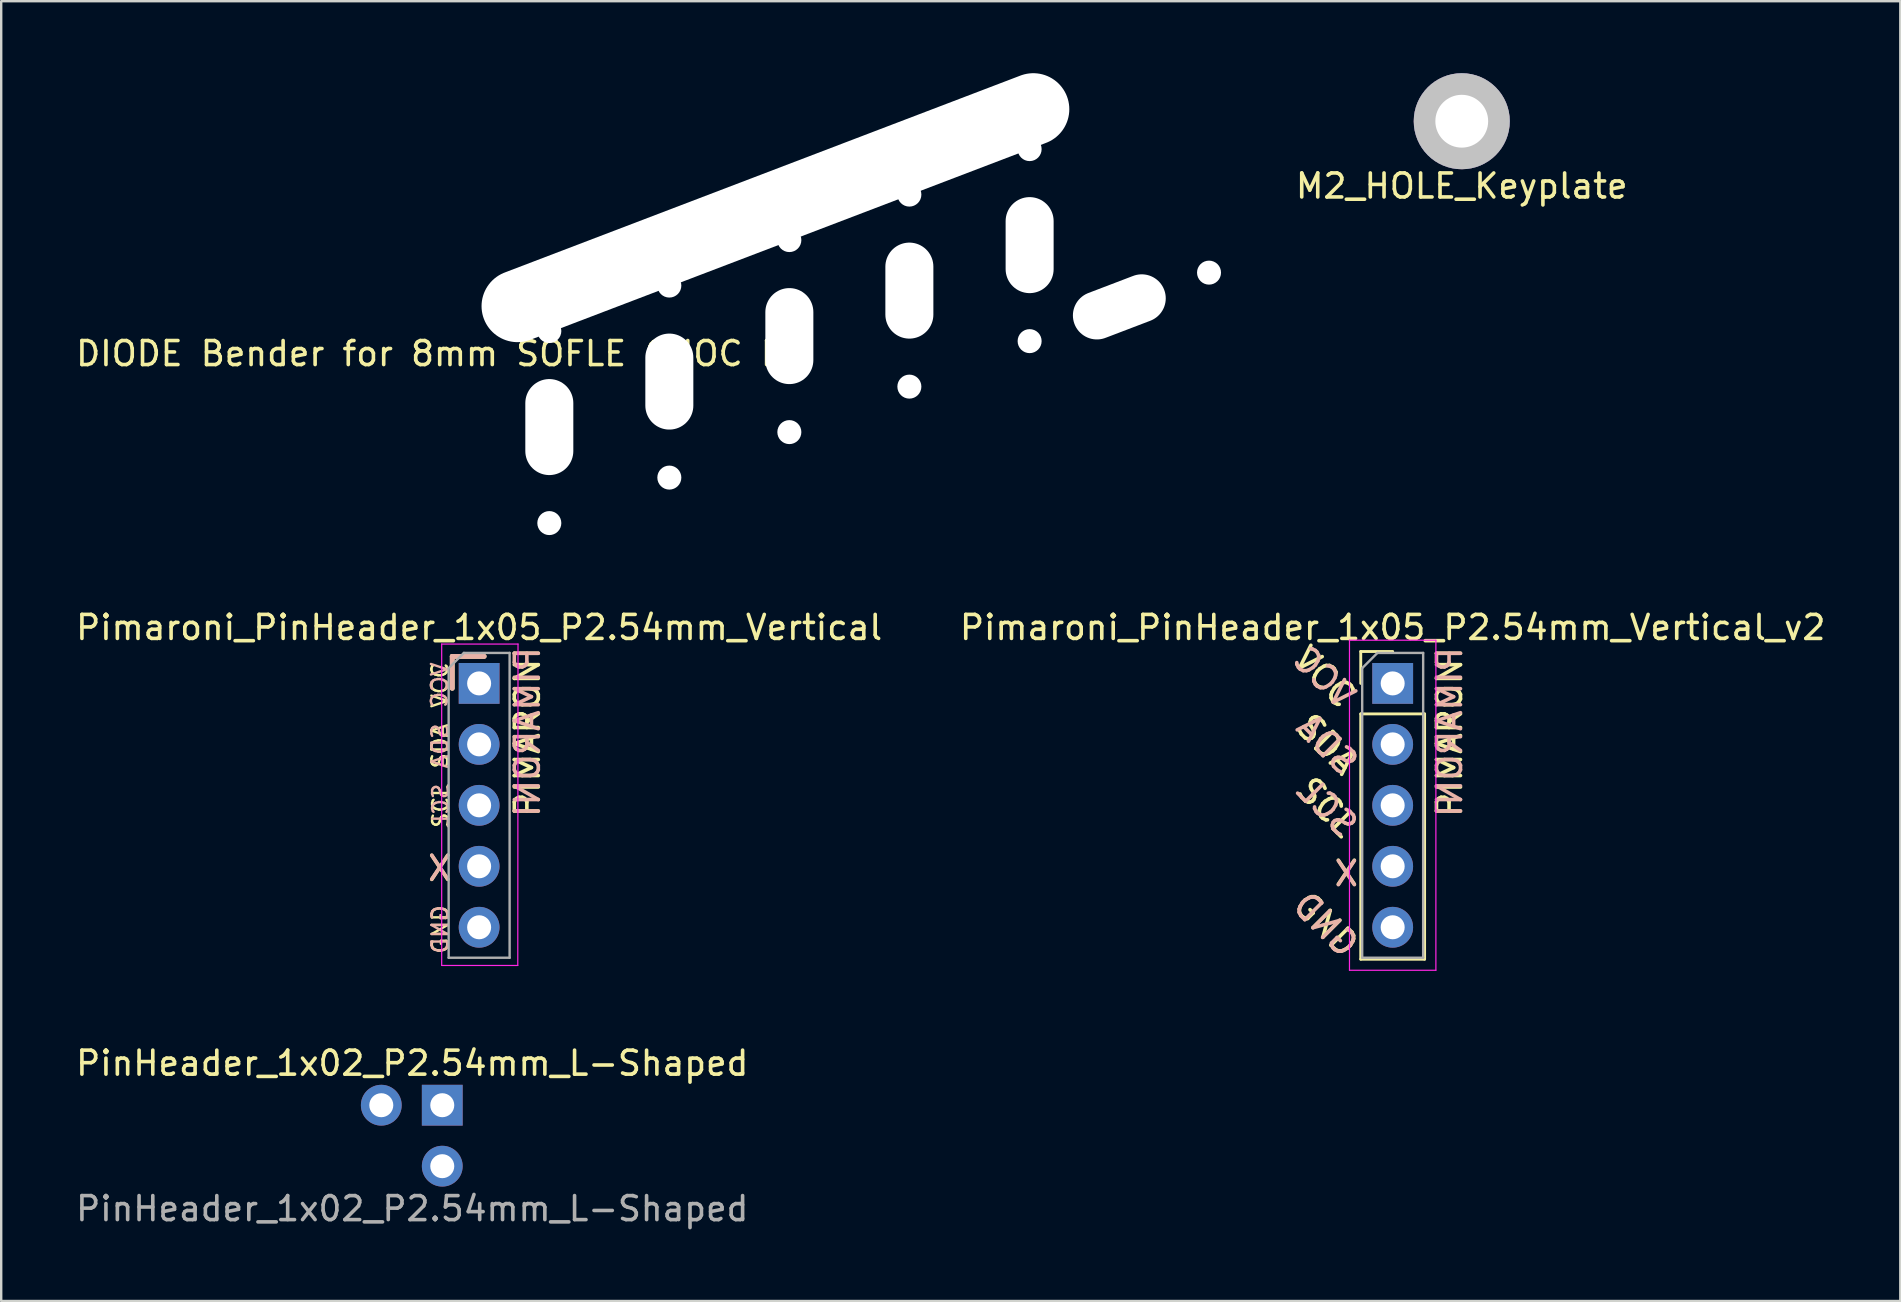
<source format=kicad_pcb>
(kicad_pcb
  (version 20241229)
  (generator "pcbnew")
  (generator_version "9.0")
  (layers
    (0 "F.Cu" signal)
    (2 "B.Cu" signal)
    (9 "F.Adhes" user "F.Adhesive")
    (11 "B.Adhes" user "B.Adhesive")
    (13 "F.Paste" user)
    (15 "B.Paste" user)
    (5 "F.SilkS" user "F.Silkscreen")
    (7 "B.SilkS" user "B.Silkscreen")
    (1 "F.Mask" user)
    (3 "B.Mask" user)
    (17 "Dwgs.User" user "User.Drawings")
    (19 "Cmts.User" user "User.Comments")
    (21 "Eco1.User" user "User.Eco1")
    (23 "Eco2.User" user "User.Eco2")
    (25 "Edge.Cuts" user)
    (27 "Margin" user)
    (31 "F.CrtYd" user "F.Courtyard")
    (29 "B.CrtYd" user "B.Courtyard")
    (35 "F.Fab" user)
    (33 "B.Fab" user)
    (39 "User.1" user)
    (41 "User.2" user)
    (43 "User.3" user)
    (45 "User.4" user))
  (footprint "DIODE Bender for 8mm SOFLE CHOC MX"
    (layer "F.Cu")
    (at 19.835 14.742)
    (property "Reference" "DIODE Bender for 8mm SOFLE CHOC MX" (at -4.4 -3.06 0) (layer "F.SilkS") (effects (font (size 1 1) (thickness 0.15))))
    (attr through_hole)
    (pad "" np_thru_hole circle (at 0 -4 90) (size 1 1) (drill 1) (layers "*.Cu" "*.Mask"))
    (pad "" np_thru_hole oval (at 0 0 90) (size 4 2) (drill oval 4 2) (layers "*.Cu" "*.Mask"))
    (pad "" np_thru_hole circle (at 0 4 90) (size 1 1) (drill 1) (layers "*.Cu" "*.Mask"))
    (pad "" np_thru_hole circle (at 5 -5.895 90) (size 1 1) (drill 1) (layers "*.Cu" "*.Mask"))
    (pad "" np_thru_hole oval (at 5 -1.895 90) (size 4 2) (drill oval 4 2) (layers "*.Cu" "*.Mask"))
    (pad "" np_thru_hole circle (at 5 2.105 90) (size 1 1) (drill 1) (layers "*.Cu" "*.Mask"))
    (pad "" np_thru_hole oval (at 9.42 -9.14 20.9) (size 26 3) (drill oval 26 3) (layers "*.Cu" "*.Mask"))
    (pad "" np_thru_hole circle (at 10 -7.79 90) (size 1 1) (drill 1) (layers "*.Cu" "*.Mask"))
    (pad "" np_thru_hole oval (at 10 -3.79 90) (size 4 2) (drill oval 4 2) (layers "*.Cu" "*.Mask"))
    (pad "" np_thru_hole circle (at 10 0.21 90) (size 1 1) (drill 1) (layers "*.Cu" "*.Mask"))
    (pad "" np_thru_hole circle (at 15 -9.685 90) (size 1 1) (drill 1) (layers "*.Cu" "*.Mask"))
    (pad "" np_thru_hole oval (at 15 -5.685 90) (size 4 2) (drill oval 4 2) (layers "*.Cu" "*.Mask"))
    (pad "" np_thru_hole circle (at 15 -1.685 90) (size 1 1) (drill 1) (layers "*.Cu" "*.Mask"))
    (pad "" np_thru_hole circle (at 20.01 -11.58 90) (size 1 1) (drill 1) (layers "*.Cu" "*.Mask"))
    (pad "" np_thru_hole oval (at 20.01 -7.58 90) (size 4 2) (drill oval 4 2) (layers "*.Cu" "*.Mask"))
    (pad "" np_thru_hole circle (at 20.01 -3.58 90) (size 1 1) (drill 1) (layers "*.Cu" "*.Mask"))
    (pad "" np_thru_hole oval (at 23.747 -5.007 200.9) (size 4 2) (drill oval 4 2) (layers "*.Cu" "*.Mask"))
    (pad "" np_thru_hole circle (at 27.484 -6.434 200.9) (size 1 1) (drill 1) (layers "*.Cu" "*.Mask")))
  (footprint "Pimaroni_PinHeader_1x05_P2.54mm_Vertical_v2"
    (layer "F.Cu")
    (at 54.97 25.421)
    (property "Reference" "Pimaroni_PinHeader_1x05_P2.54mm_Vertical_v2" (at 0 -2.33 0) (layer "F.SilkS") (effects (font (size 1 1) (thickness 0.15))))
    (attr through_hole)
    (fp_line (start -1.33 -1.33) (end 0 -1.33) (stroke (width 0.12) (type solid)) (layer "F.SilkS"))
    (fp_line (start -1.33 0) (end -1.33 -1.33) (stroke (width 0.12) (type solid)) (layer "F.SilkS"))
    (fp_line (start -1.33 1.27) (end -1.33 11.49) (stroke (width 0.12) (type solid)) (layer "F.SilkS"))
    (fp_line (start -1.33 1.27) (end 1.33 1.27) (stroke (width 0.12) (type solid)) (layer "F.SilkS"))
    (fp_line (start -1.33 11.49) (end 1.33 11.49) (stroke (width 0.12) (type solid)) (layer "F.SilkS"))
    (fp_line (start 1.33 1.27) (end 1.33 11.49) (stroke (width 0.12) (type solid)) (layer "F.SilkS"))
    (fp_line (start -1.8 -1.8) (end -1.8 11.95) (stroke (width 0.05) (type solid)) (layer "F.CrtYd"))
    (fp_line (start -1.8 11.95) (end 1.8 11.95) (stroke (width 0.05) (type solid)) (layer "F.CrtYd"))
    (fp_line (start 1.8 -1.8) (end -1.8 -1.8) (stroke (width 0.05) (type solid)) (layer "F.CrtYd"))
    (fp_line (start 1.8 -1.8) (end 1.8 11.95) (stroke (width 0.05) (type solid)) (layer "F.CrtYd"))
    (fp_line (start -1.27 -0.635) (end -0.635 -1.27) (stroke (width 0.1) (type solid)) (layer "F.Fab"))
    (fp_line (start -1.27 11.43) (end -1.27 -0.635) (stroke (width 0.1) (type solid)) (layer "F.Fab"))
    (fp_line (start -0.635 -1.27) (end 1.27 -1.27) (stroke (width 0.1) (type solid)) (layer "F.Fab"))
    (fp_line (start 1.27 -1.27) (end 1.27 11.43) (stroke (width 0.1) (type solid)) (layer "F.Fab"))
    (fp_line (start 1.27 11.43) (end -1.27 11.43) (stroke (width 0.1) (type solid)) (layer "F.Fab"))
    (fp_text user "VCC" (at -2.85 -0.26 135) (layer "F.SilkS") (effects (font (size 1 1) (thickness 0.15))))
    (fp_text user "PIMARONI" (at 2.37 2.03 90) (layer "F.SilkS") (effects (font (size 1 1) (thickness 0.15))))
    (fp_text user "SCL" (at -2.73 5.16 135) (layer "F.SilkS") (effects (font (size 1 1) (thickness 0.15))))
    (fp_text user "X" (at -1.93 7.91 0) (layer "F.SilkS") (effects (font (size 1 1) (thickness 0.15))))
    (fp_text user "GND" (at -2.786 10.046 135) (layer "F.SilkS") (effects (font (size 1 1) (thickness 0.15))))
    (fp_text user "SDA" (at -2.73 2.54 135) (layer "F.SilkS") (effects (font (size 1 1) (thickness 0.15))))
    (fp_text user "SCL" (at -2.73 5.16 135) (layer "B.SilkS") (effects (font (size 1 1) (thickness 0.15)) (justify mirror)))
    (fp_text user "PIMARONI" (at 2.37 2.03 270) (layer "B.SilkS") (effects (font (size 1 1) (thickness 0.15)) (justify mirror)))
    (fp_text user "SDA" (at -2.73 2.54 135) (layer "B.SilkS") (effects (font (size 1 1) (thickness 0.15)) (justify mirror)))
    (fp_text user "X" (at -1.93 7.93 0) (layer "B.SilkS") (effects (font (size 1 1) (thickness 0.15)) (justify mirror)))
    (fp_text user "VCC" (at -2.864 -0.246 135) (layer "B.SilkS") (effects (font (size 1 1) (thickness 0.15)) (justify mirror)))
    (fp_text user "GND" (at -2.8 10.06 135) (layer "B.SilkS") (effects (font (size 1 1) (thickness 0.15)) (justify mirror)))
    (pad "1" thru_hole rect (at 0 0) (size 1.7 1.7) (drill 1) (layers "*.Cu" "*.Mask"))
    (pad "2" thru_hole oval (at 0 2.54) (size 1.7 1.7) (drill 1) (layers "*.Cu" "*.Mask"))
    (pad "3" thru_hole oval (at 0 5.08) (size 1.7 1.7) (drill 1) (layers "*.Cu" "*.Mask"))
    (pad "4" thru_hole oval (at 0 7.62) (size 1.7 1.7) (drill 1) (layers "*.Cu" "*.Mask"))
    (pad "5" thru_hole oval (at 0 10.16) (size 1.7 1.7) (drill 1) (layers "*.Cu" "*.Mask")))
  (footprint "PinHeader_1x02_P2.54mm_L-Shaped"
    (layer "F.Cu")
    (at 14.105 44.264)
    (property "Reference" "PinHeader_1x02_P2.54mm_L-Shaped" (at 0.02 -3.02 0) (layer "F.SilkS") (effects (font (size 1 1) (thickness 0.15))))
    (attr through_hole)
    (fp_text user "${REFERENCE}" (at 0.02 3.04 180) (layer "F.Fab") (effects (font (size 1 1) (thickness 0.15))))
    (pad "1" thru_hole rect (at 1.27 -1.27) (size 1.7 1.7) (drill 1) (layers "*.Cu" "*.Mask"))
    (pad "2" thru_hole oval (at -1.27 -1.27) (size 1.7 1.7) (drill 1) (layers "*.Cu" "*.Mask"))
    (pad "2" thru_hole oval (at 1.27 1.27) (size 1.7 1.7) (drill 1) (layers "*.Cu" "*.Mask")))
  (footprint "M2_HOLE_Keyplate"
    (layer "F.Cu")
    (at 57.848 2)
    (property "Reference" "M2_HOLE_Keyplate" (at 0 2.7 0) (layer "F.SilkS") (effects (font (size 1 1) (thickness 0.15))))
    (attr through_hole)
    (pad "" thru_hole circle (at 0 0) (size 4 4) (drill 2.2) (layers "*.Cu" "*.Mask" "Dwgs.User")))
  (footprint "Pimaroni_PinHeader_1x05_P2.54mm_Vertical"
    (layer "F.Cu")
    (at 16.911 25.421)
    (property "Reference" "Pimaroni_PinHeader_1x05_P2.54mm_Vertical" (at 0 -2.33 0) (layer "F.SilkS") (effects (font (size 1 1) (thickness 0.15))))
    (attr through_hole)
    (fp_line (start -1.12 -1.125) (end 0.21 -1.125) (stroke (width 0.2) (type solid)) (layer "F.SilkS"))
    (fp_line (start -1.12 0.205) (end -1.12 -1.125) (stroke (width 0.2) (type solid)) (layer "F.SilkS"))
    (fp_line (start -1.12 -1.125) (end -1.12 0.205) (stroke (width 0.2) (type solid)) (layer "B.SilkS"))
    (fp_line (start 0.21 -1.125) (end -1.12 -1.125) (stroke (width 0.2) (type solid)) (layer "B.SilkS"))
    (fp_line (start -1.56 -1.64) (end -1.56 11.75) (stroke (width 0.05) (type solid)) (layer "F.CrtYd"))
    (fp_line (start -1.56 11.75) (end 1.61 11.75) (stroke (width 0.05) (type solid)) (layer "F.CrtYd"))
    (fp_line (start 1.62 -1.64) (end -1.56 -1.64) (stroke (width 0.05) (type solid)) (layer "F.CrtYd"))
    (fp_line (start 1.62 -1.64) (end 1.61 11.75) (stroke (width 0.05) (type solid)) (layer "F.CrtYd"))
    (fp_line (start -1.27 -0.635) (end -0.635 -1.27) (stroke (width 0.1) (type solid)) (layer "F.Fab"))
    (fp_line (start -1.27 11.43) (end -1.27 -0.635) (stroke (width 0.1) (type solid)) (layer "F.Fab"))
    (fp_line (start -0.635 -1.27) (end 1.27 -1.27) (stroke (width 0.1) (type solid)) (layer "F.Fab"))
    (fp_line (start 1.27 -1.27) (end 1.27 11.43) (stroke (width 0.1) (type solid)) (layer "F.Fab"))
    (fp_line (start 1.27 11.43) (end -1.27 11.43) (stroke (width 0.1) (type solid)) (layer "F.Fab"))
    (fp_text user "SCL" (at -1.6 5.1 90) (layer "F.SilkS") (effects (font (size 0.66 0.66) (thickness 0.1))))
    (fp_text user "X" (at -1.64 7.71 0) (layer "F.SilkS") (effects (font (size 1 1) (thickness 0.15))))
    (fp_text user "PIMARONI" (at 2.01 2.03 90) (layer "F.SilkS") (effects (font (size 1 1) (thickness 0.15))))
    (fp_text user "SDA" (at -1.63 2.61 90) (layer "F.SilkS") (effects (font (size 0.66 0.66) (thickness 0.1))))
    (fp_text user "VCC" (at -1.63 0.07 90) (layer "F.SilkS") (effects (font (size 0.66 0.66) (thickness 0.1))))
    (fp_text user "GND" (at -1.61 10.25 90) (layer "F.SilkS") (effects (font (size 0.66 0.66) (thickness 0.1))))
    (fp_text user "VCC" (at -1.65 0.07 90) (layer "B.SilkS") (effects (font (size 0.66 0.66) (thickness 0.1)) (justify mirror)))
    (fp_text user "GND" (at -1.63 10.25 90) (layer "B.SilkS") (effects (font (size 0.66 0.66) (thickness 0.1)) (justify mirror)))
    (fp_text user "PIMARONI" (at 2.01 2.03 270) (layer "B.SilkS") (effects (font (size 1 1) (thickness 0.15)) (justify mirror)))
    (fp_text user "SDA" (at -1.63 2.61 90) (layer "B.SilkS") (effects (font (size 0.66 0.66) (thickness 0.1)) (justify mirror)))
    (fp_text user "X" (at -1.64 7.7 0) (layer "B.SilkS") (effects (font (size 1 1) (thickness 0.15)) (justify mirror)))
    (fp_text user "SCL" (at -1.6 5.1 90) (layer "B.SilkS") (effects (font (size 0.66 0.66) (thickness 0.1)) (justify mirror)))
    (pad "1" thru_hole rect (at 0 0) (size 1.7 1.7) (drill 1) (layers "*.Cu" "*.Mask"))
    (pad "2" thru_hole oval (at 0 2.54) (size 1.7 1.7) (drill 1) (layers "*.Cu" "*.Mask"))
    (pad "3" thru_hole oval (at 0 5.08) (size 1.7 1.7) (drill 1) (layers "*.Cu" "*.Mask"))
    (pad "4" thru_hole oval (at 0 7.62) (size 1.7 1.7) (drill 1) (layers "*.Cu" "*.Mask"))
    (pad "5" thru_hole oval (at 0 10.16) (size 1.7 1.7) (drill 1) (layers "*.Cu" "*.Mask")))
  (gr_rect
    (start -3 -3)
    (end 76.119 51.152)
    (stroke (width 0.1) (type default))
    (fill no)
    (layer "Edge.Cuts")))
</source>
